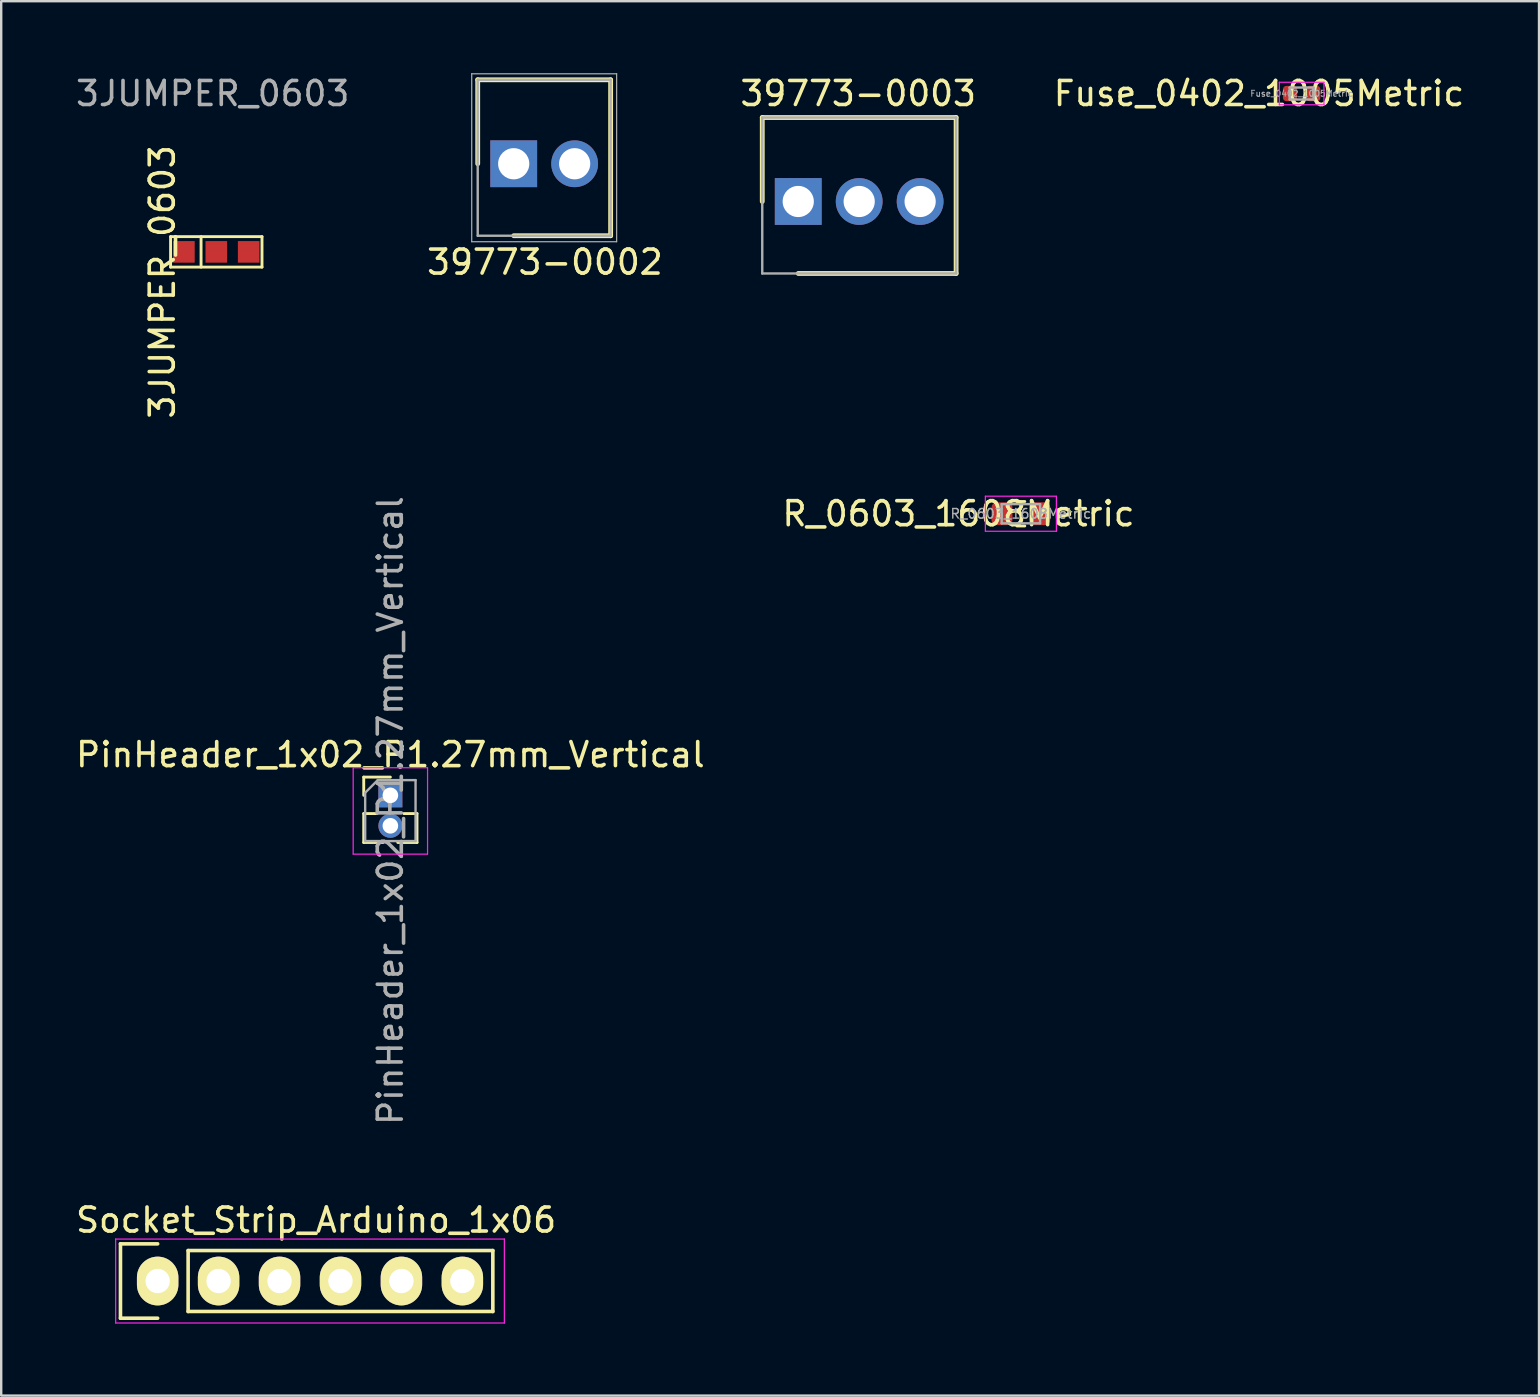
<source format=kicad_pcb>
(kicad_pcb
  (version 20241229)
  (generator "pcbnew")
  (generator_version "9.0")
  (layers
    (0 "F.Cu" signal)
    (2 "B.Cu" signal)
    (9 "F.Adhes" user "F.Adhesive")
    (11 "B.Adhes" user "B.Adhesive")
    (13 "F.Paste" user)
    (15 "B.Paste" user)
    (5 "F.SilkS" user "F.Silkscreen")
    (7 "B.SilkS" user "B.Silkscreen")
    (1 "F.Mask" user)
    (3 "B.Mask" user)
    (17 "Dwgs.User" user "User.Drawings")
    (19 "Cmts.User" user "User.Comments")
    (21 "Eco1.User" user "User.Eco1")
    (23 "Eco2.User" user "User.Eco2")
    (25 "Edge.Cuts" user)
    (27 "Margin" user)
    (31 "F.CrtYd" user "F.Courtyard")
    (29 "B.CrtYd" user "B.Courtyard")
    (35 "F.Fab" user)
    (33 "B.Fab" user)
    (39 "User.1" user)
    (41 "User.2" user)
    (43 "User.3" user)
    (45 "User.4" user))
  (footprint "39773-0002"
    (layer "F.Cu")
    (at 18.361 3.775)
    (property "Reference" "39773-0002" (at 1.3 4.1 180) (layer "F.SilkS") (effects (font (size 1 1) (thickness 0.15))))
    (attr through_hole)
    (fp_line (start -1.5 -3.5) (end -1.5 0) (stroke (width 0.2) (type solid)) (layer "F.SilkS"))
    (fp_line (start 0 3) (end 4.04 3) (stroke (width 0.2) (type solid)) (layer "F.SilkS"))
    (fp_line (start 4.04 -3.5) (end -1.5 -3.5) (stroke (width 0.2) (type solid)) (layer "F.SilkS"))
    (fp_line (start 4.04 3) (end 4.04 -3.5) (stroke (width 0.2) (type solid)) (layer "F.SilkS"))
    (fp_line (start -1.75 -3.75) (end 4.29 -3.75) (stroke (width 0.05) (type solid)) (layer "F.Fab"))
    (fp_line (start -1.75 3.25) (end -1.75 -3.75) (stroke (width 0.05) (type solid)) (layer "F.Fab"))
    (fp_line (start -1.5 -3.5) (end 4.04 -3.5) (stroke (width 0.1) (type solid)) (layer "F.Fab"))
    (fp_line (start -1.5 3) (end -1.5 -3.5) (stroke (width 0.1) (type solid)) (layer "F.Fab"))
    (fp_line (start 4.04 -3.5) (end 4.04 3) (stroke (width 0.1) (type solid)) (layer "F.Fab"))
    (fp_line (start 4.04 3) (end -1.5 3) (stroke (width 0.1) (type solid)) (layer "F.Fab"))
    (fp_line (start 4.29 -3.75) (end 4.29 3.25) (stroke (width 0.05) (type solid)) (layer "F.Fab"))
    (fp_line (start 4.29 3.25) (end -1.75 3.25) (stroke (width 0.05) (type solid)) (layer "F.Fab"))
    (pad "1" thru_hole rect (at 0 0) (size 1.95 1.95) (drill 1.3) (layers "*.Cu" "*.Mask"))
    (pad "2" thru_hole circle (at 2.54 0) (size 1.95 1.95) (drill 1.3) (layers "*.Cu" "*.Mask")))
  (footprint "3JUMPER_0603"
    (layer "F.Cu")
    (at 5.965 7.448)
    (property "Reference" "3JUMPER_0603" (at -2.25 1.25 270) (layer "F.SilkS") (effects (font (size 1 1) (thickness 0.15))))
    (attr through_hole)
    (fp_line (start -1.905 -0.635) (end -1.905 0.635) (stroke (width 0.12) (type solid)) (layer "F.SilkS"))
    (fp_line (start -1.905 0.635) (end 1.905 0.635) (stroke (width 0.12) (type solid)) (layer "F.SilkS"))
    (fp_line (start -0.635 -0.635) (end -0.635 0.635) (stroke (width 0.12) (type solid)) (layer "F.SilkS"))
    (fp_line (start 1.905 -0.635) (end -1.905 -0.635) (stroke (width 0.12) (type solid)) (layer "F.SilkS"))
    (fp_line (start 1.905 0.635) (end 1.905 -0.635) (stroke (width 0.12) (type solid)) (layer "F.SilkS"))
    (fp_text user "Copyright 2016 Accelerated Designs. All rights reserved." (at -2 -0.7 270) (layer "Cmts.User") (effects (font (size 0.127 0.127) (thickness 0.002))))
    (fp_text user "${REFERENCE}" (at -0.15 -6.6 0) (layer "F.Fab") (effects (font (size 1 1) (thickness 0.15))))
    (pad "1" smd rect (at -1.35 0) (size 0.9 0.9) (layers "F.Cu" "F.Mask" "F.Paste"))
    (pad "2" smd rect (at 0 0) (size 0.9 0.9) (layers "F.Cu" "F.Mask" "F.Paste"))
    (pad "3" smd rect (at 1.35 0) (size 0.9 0.9) (layers "F.Cu" "F.Mask" "F.Paste")))
  (footprint "Socket_Strip_Arduino_1x06"
    (layer "F.Cu")
    (at 3.521 50.342)
    (property "Reference" "Socket_Strip_Arduino_1x06" (at 6.604 -2.54 0) (layer "F.SilkS") (effects (font (size 1 1) (thickness 0.15))))
    (attr through_hole)
    (fp_line (start -1.55 -1.55) (end -1.55 1.55) (stroke (width 0.15) (type solid)) (layer "F.SilkS"))
    (fp_line (start -1.55 1.55) (end 0 1.55) (stroke (width 0.15) (type solid)) (layer "F.SilkS"))
    (fp_line (start 0 -1.55) (end -1.55 -1.55) (stroke (width 0.15) (type solid)) (layer "F.SilkS"))
    (fp_line (start 1.27 1.27) (end 1.27 -1.27) (stroke (width 0.15) (type solid)) (layer "F.SilkS"))
    (fp_line (start 1.27 1.27) (end 13.97 1.27) (stroke (width 0.15) (type solid)) (layer "F.SilkS"))
    (fp_line (start 13.97 -1.27) (end 1.27 -1.27) (stroke (width 0.15) (type solid)) (layer "F.SilkS"))
    (fp_line (start 13.97 1.27) (end 13.97 -1.27) (stroke (width 0.15) (type solid)) (layer "F.SilkS"))
    (fp_line (start -1.75 -1.75) (end -1.75 1.75) (stroke (width 0.05) (type solid)) (layer "F.CrtYd"))
    (fp_line (start -1.75 -1.75) (end 14.45 -1.75) (stroke (width 0.05) (type solid)) (layer "F.CrtYd"))
    (fp_line (start -1.75 1.75) (end 14.45 1.75) (stroke (width 0.05) (type solid)) (layer "F.CrtYd"))
    (fp_line (start 14.45 -1.75) (end 14.45 1.75) (stroke (width 0.05) (type solid)) (layer "F.CrtYd"))
    (pad "1" thru_hole oval (at 0 0) (size 1.727 2.032) (drill 1.016) (layers "*.Cu" "*.Mask" "F.SilkS"))
    (pad "2" thru_hole oval (at 2.54 0) (size 1.727 2.032) (drill 1.016) (layers "*.Cu" "*.Mask" "F.SilkS"))
    (pad "3" thru_hole oval (at 5.08 0) (size 1.727 2.032) (drill 1.016) (layers "*.Cu" "*.Mask" "F.SilkS"))
    (pad "4" thru_hole oval (at 7.62 0) (size 1.727 2.032) (drill 1.016) (layers "*.Cu" "*.Mask" "F.SilkS"))
    (pad "5" thru_hole oval (at 10.16 0) (size 1.727 2.032) (drill 1.016) (layers "*.Cu" "*.Mask" "F.SilkS"))
    (pad "6" thru_hole oval (at 12.7 0) (size 1.727 2.032) (drill 1.016) (layers "*.Cu" "*.Mask" "F.SilkS")))
  (footprint "PinHeader_1x02_P1.27mm_Vertical"
    (layer "F.Cu")
    (at 13.22 30.099)
    (property "Reference" "PinHeader_1x02_P1.27mm_Vertical" (at 0 -1.695 0) (layer "F.SilkS") (effects (font (size 1 1) (thickness 0.15))))
    (attr through_hole)
    (fp_line (start -1.11 -0.76) (end 0 -0.76) (stroke (width 0.12) (type solid)) (layer "F.SilkS"))
    (fp_line (start -1.11 0) (end -1.11 -0.76) (stroke (width 0.12) (type solid)) (layer "F.SilkS"))
    (fp_line (start -1.11 0.76) (end -1.11 1.965) (stroke (width 0.12) (type solid)) (layer "F.SilkS"))
    (fp_line (start -1.11 0.76) (end -0.563 0.76) (stroke (width 0.12) (type solid)) (layer "F.SilkS"))
    (fp_line (start -1.11 1.965) (end -0.308 1.965) (stroke (width 0.12) (type solid)) (layer "F.SilkS"))
    (fp_line (start 0.308 1.965) (end 1.11 1.965) (stroke (width 0.12) (type solid)) (layer "F.SilkS"))
    (fp_line (start 0.563 0.76) (end 1.11 0.76) (stroke (width 0.12) (type solid)) (layer "F.SilkS"))
    (fp_line (start 1.11 0.76) (end 1.11 1.965) (stroke (width 0.12) (type solid)) (layer "F.SilkS"))
    (fp_line (start -1.55 -1.15) (end -1.55 2.45) (stroke (width 0.05) (type solid)) (layer "F.CrtYd"))
    (fp_line (start -1.55 2.45) (end 1.55 2.45) (stroke (width 0.05) (type solid)) (layer "F.CrtYd"))
    (fp_line (start 1.55 -1.15) (end -1.55 -1.15) (stroke (width 0.05) (type solid)) (layer "F.CrtYd"))
    (fp_line (start 1.55 2.45) (end 1.55 -1.15) (stroke (width 0.05) (type solid)) (layer "F.CrtYd"))
    (fp_line (start -1.05 -0.11) (end -0.525 -0.635) (stroke (width 0.1) (type solid)) (layer "F.Fab"))
    (fp_line (start -1.05 1.905) (end -1.05 -0.11) (stroke (width 0.1) (type solid)) (layer "F.Fab"))
    (fp_line (start -0.525 -0.635) (end 1.05 -0.635) (stroke (width 0.1) (type solid)) (layer "F.Fab"))
    (fp_line (start 1.05 -0.635) (end 1.05 1.905) (stroke (width 0.1) (type solid)) (layer "F.Fab"))
    (fp_line (start 1.05 1.905) (end -1.05 1.905) (stroke (width 0.1) (type solid)) (layer "F.Fab"))
    (fp_text user "${REFERENCE}" (at 0 0.635 90) (layer "F.Fab") (effects (font (size 1 1) (thickness 0.15))))
    (pad "1" thru_hole rect (at 0 0) (size 1 1) (drill 0.65) (layers "*.Cu" "*.Mask"))
    (pad "2" thru_hole oval (at 0 1.27) (size 1 1) (drill 0.65) (layers "*.Cu" "*.Mask")))
  (footprint "39773-0003"
    (layer "F.Cu")
    (at 32.76 5.348)
    (property "Reference" "39773-0003" (at -0.04 -4.5 0) (layer "F.SilkS") (effects (font (size 1 1) (thickness 0.15))))
    (attr through_hole)
    (fp_line (start -4.04 -3.5) (end -4.04 0) (stroke (width 0.2) (type solid)) (layer "F.SilkS"))
    (fp_line (start -4.04 -3.5) (end 4.04 -3.5) (stroke (width 0.2) (type solid)) (layer "F.SilkS"))
    (fp_line (start -2.54 3) (end 4.04 3) (stroke (width 0.2) (type solid)) (layer "F.SilkS"))
    (fp_line (start 4.04 -3.5) (end 4.04 3) (stroke (width 0.2) (type solid)) (layer "F.SilkS"))
    (fp_line (start -4.04 -3.5) (end -4.04 3) (stroke (width 0.1) (type solid)) (layer "F.Fab"))
    (fp_line (start -4.04 -3.5) (end 4.04 -3.5) (stroke (width 0.1) (type solid)) (layer "F.Fab"))
    (fp_line (start -4.04 3) (end 4.04 3) (stroke (width 0.1) (type solid)) (layer "F.Fab"))
    (fp_line (start 4.04 -3.5) (end 4.04 3) (stroke (width 0.1) (type solid)) (layer "F.Fab"))
    (pad "1" thru_hole rect (at -2.54 0) (size 1.95 1.95) (drill 1.3) (layers "*.Cu" "*.Mask"))
    (pad "2" thru_hole circle (at 0 0) (size 1.95 1.95) (drill 1.3) (layers "*.Cu" "*.Mask"))
    (pad "3" thru_hole circle (at 2.54 0) (size 1.95 1.95) (drill 1.3) (layers "*.Cu" "*.Mask")))
  (footprint "R_0603_1608Metric"
    (layer "F.Cu")
    (at 39.499 18.362)
    (property "Reference" "R_0603_1608Metric" (at -2.6 0 0) (layer "F.SilkS") (effects (font (size 1 1) (thickness 0.15))))
    (attr smd)
    (fp_line (start -0.163 -0.51) (end 0.163 -0.51) (stroke (width 0.12) (type solid)) (layer "F.SilkS"))
    (fp_line (start -0.163 0.51) (end 0.163 0.51) (stroke (width 0.12) (type solid)) (layer "F.SilkS"))
    (fp_line (start -1.48 -0.73) (end 1.48 -0.73) (stroke (width 0.05) (type solid)) (layer "F.CrtYd"))
    (fp_line (start -1.48 0.73) (end -1.48 -0.73) (stroke (width 0.05) (type solid)) (layer "F.CrtYd"))
    (fp_line (start 1.48 -0.73) (end 1.48 0.73) (stroke (width 0.05) (type solid)) (layer "F.CrtYd"))
    (fp_line (start 1.48 0.73) (end -1.48 0.73) (stroke (width 0.05) (type solid)) (layer "F.CrtYd"))
    (fp_line (start -0.8 -0.4) (end 0.8 -0.4) (stroke (width 0.1) (type solid)) (layer "F.Fab"))
    (fp_line (start -0.8 0.4) (end -0.8 -0.4) (stroke (width 0.1) (type solid)) (layer "F.Fab"))
    (fp_line (start 0.8 -0.4) (end 0.8 0.4) (stroke (width 0.1) (type solid)) (layer "F.Fab"))
    (fp_line (start 0.8 0.4) (end -0.8 0.4) (stroke (width 0.1) (type solid)) (layer "F.Fab"))
    (fp_text user "${REFERENCE}" (at 0 0 0) (layer "F.Fab") (effects (font (size 0.4 0.4) (thickness 0.06))))
    (pad "1" smd roundrect (at -0.787 0) (size 0.875 0.95) (layers "F.Cu" "F.Mask" "F.Paste") (roundrect_rratio 0.25))
    (pad "2" smd roundrect (at 0.787 0) (size 0.875 0.95) (layers "F.Cu" "F.Mask" "F.Paste") (roundrect_rratio 0.25)))
  (footprint "Fuse_0402_1005Metric"
    (layer "F.Cu")
    (at 51.201 0.848)
    (property "Reference" "Fuse_0402_1005Metric" (at -1.778 0 180) (layer "F.SilkS") (effects (font (size 1 1) (thickness 0.15))))
    (attr smd)
    (fp_line (start -0.93 -0.47) (end 0.93 -0.47) (stroke (width 0.05) (type solid)) (layer "F.CrtYd"))
    (fp_line (start -0.93 0.47) (end -0.93 -0.47) (stroke (width 0.05) (type solid)) (layer "F.CrtYd"))
    (fp_line (start 0.93 -0.47) (end 0.93 0.47) (stroke (width 0.05) (type solid)) (layer "F.CrtYd"))
    (fp_line (start 0.93 0.47) (end -0.93 0.47) (stroke (width 0.05) (type solid)) (layer "F.CrtYd"))
    (fp_line (start -0.5 -0.25) (end 0.5 -0.25) (stroke (width 0.1) (type solid)) (layer "F.Fab"))
    (fp_line (start -0.5 0.25) (end -0.5 -0.25) (stroke (width 0.1) (type solid)) (layer "F.Fab"))
    (fp_line (start 0.5 -0.25) (end 0.5 0.25) (stroke (width 0.1) (type solid)) (layer "F.Fab"))
    (fp_line (start 0.5 0.25) (end -0.5 0.25) (stroke (width 0.1) (type solid)) (layer "F.Fab"))
    (fp_text user "${REFERENCE}" (at 0 0 180) (layer "F.Fab") (effects (font (size 0.25 0.25) (thickness 0.04))))
    (pad "1" smd roundrect (at -0.485 0) (size 0.59 0.64) (layers "F.Cu" "F.Mask" "F.Paste") (roundrect_rratio 0.25))
    (pad "2" smd roundrect (at 0.485 0) (size 0.59 0.64) (layers "F.Cu" "F.Mask" "F.Paste") (roundrect_rratio 0.25)))
  (gr_rect
    (start -3 -3)
    (end 61.095 55.117)
    (stroke (width 0.1) (type default))
    (fill no)
    (layer "Edge.Cuts")))
</source>
